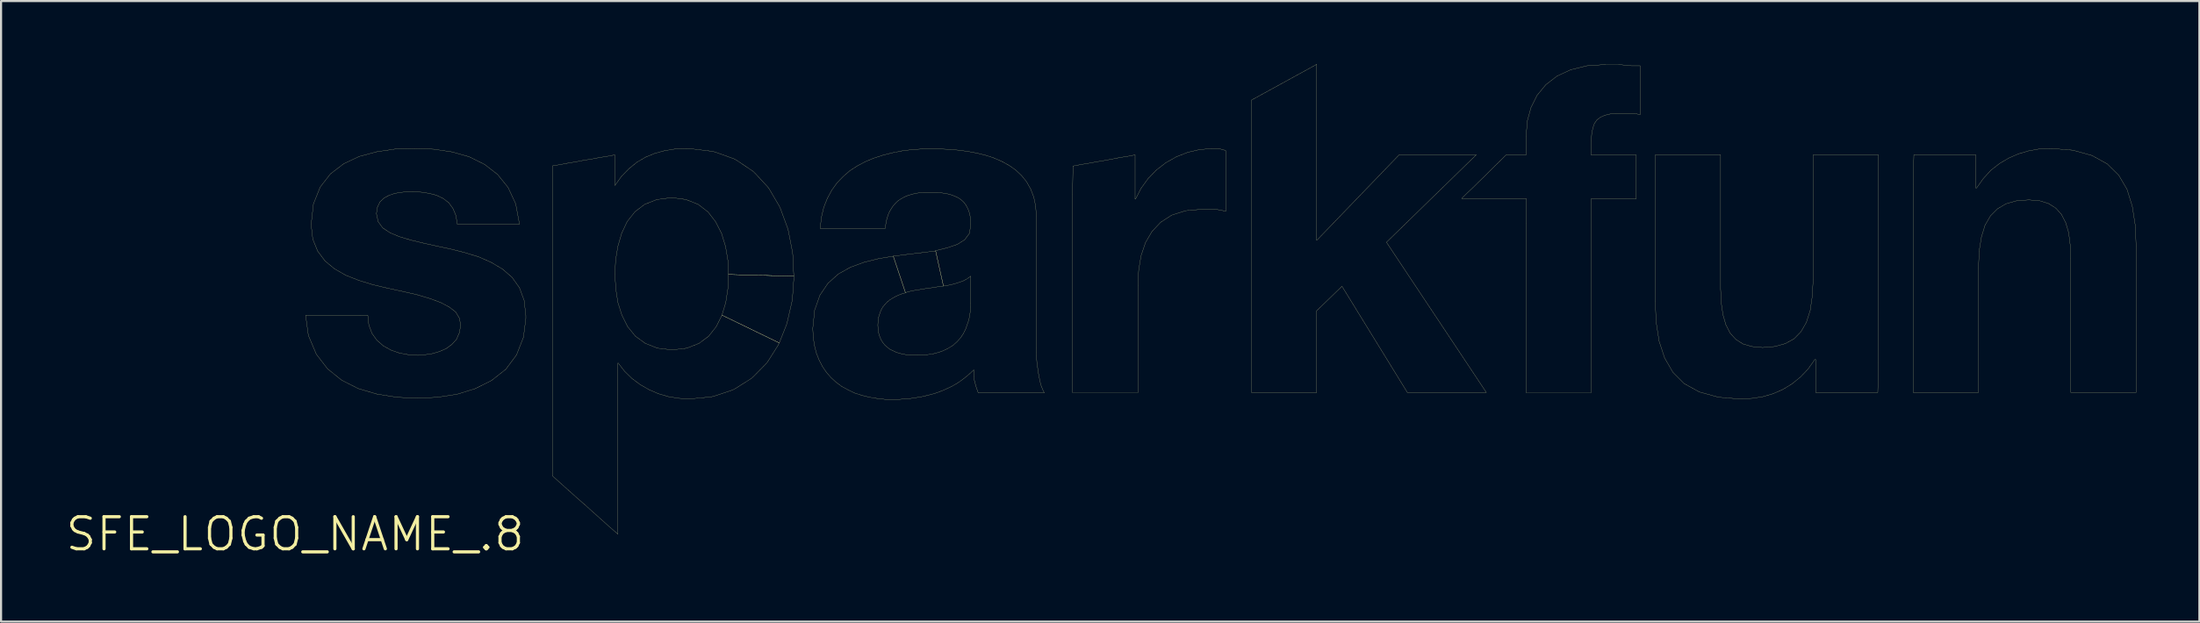
<source format=kicad_pcb>
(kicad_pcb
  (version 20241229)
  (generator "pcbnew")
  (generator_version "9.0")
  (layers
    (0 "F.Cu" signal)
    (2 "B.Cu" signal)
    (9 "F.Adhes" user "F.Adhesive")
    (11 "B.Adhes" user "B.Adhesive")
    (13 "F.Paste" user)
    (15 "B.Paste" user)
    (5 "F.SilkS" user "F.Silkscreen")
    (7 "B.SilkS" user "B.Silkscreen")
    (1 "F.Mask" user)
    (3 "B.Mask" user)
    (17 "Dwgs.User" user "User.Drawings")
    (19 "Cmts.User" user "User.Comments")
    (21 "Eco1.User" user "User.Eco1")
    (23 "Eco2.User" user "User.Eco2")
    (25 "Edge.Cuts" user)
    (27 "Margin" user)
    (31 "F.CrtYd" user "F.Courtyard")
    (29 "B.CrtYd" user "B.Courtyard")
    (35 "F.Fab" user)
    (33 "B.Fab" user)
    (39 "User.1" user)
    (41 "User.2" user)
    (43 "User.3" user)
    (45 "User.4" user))
  (footprint "SFE_LOGO_NAME_.8"
    (layer "F.Cu")
    (at 10.958 22.313)
    (property "Reference" "SFE_LOGO_NAME_.8" (at 0 0 0) (layer "F.SilkS") (effects (font (size 1.524 1.524) (thickness 0.15))))
    (attr exclude_from_pos_files exclude_from_bom)
    (fp_line (start 0.498 -10.389) (end 3.078 -10.389) (stroke (width 0.008) (type solid)) (layer "F.SilkS"))
    (fp_line (start 0.62 -9.5) (end 0.498 -10.389) (stroke (width 0.008) (type solid)) (layer "F.SilkS"))
    (fp_line (start 0.648 -9.388) (end 0.62 -9.5) (stroke (width 0.008) (type solid)) (layer "F.SilkS"))
    (fp_line (start 0.759 -14.699) (end 0.869 -15.679) (stroke (width 0.008) (type solid)) (layer "F.SilkS"))
    (fp_line (start 0.838 -14.008) (end 0.759 -14.699) (stroke (width 0.008) (type solid)) (layer "F.SilkS"))
    (fp_line (start 0.869 -15.679) (end 1.189 -16.48) (stroke (width 0.008) (type solid)) (layer "F.SilkS"))
    (fp_line (start 1.008 -8.539) (end 0.648 -9.388) (stroke (width 0.008) (type solid)) (layer "F.SilkS"))
    (fp_line (start 1.069 -13.439) (end 0.838 -14.008) (stroke (width 0.008) (type solid)) (layer "F.SilkS"))
    (fp_line (start 1.189 -16.48) (end 1.679 -17.109) (stroke (width 0.008) (type solid)) (layer "F.SilkS"))
    (fp_line (start 1.42 -12.969) (end 1.069 -13.439) (stroke (width 0.008) (type solid)) (layer "F.SilkS"))
    (fp_line (start 1.539 -7.849) (end 1.008 -8.539) (stroke (width 0.008) (type solid)) (layer "F.SilkS"))
    (fp_line (start 1.679 -17.109) (end 2.309 -17.59) (stroke (width 0.008) (type solid)) (layer "F.SilkS"))
    (fp_line (start 1.869 -12.598) (end 1.42 -12.969) (stroke (width 0.008) (type solid)) (layer "F.SilkS"))
    (fp_line (start 2.21 -7.308) (end 1.539 -7.849) (stroke (width 0.008) (type solid)) (layer "F.SilkS"))
    (fp_line (start 2.309 -17.59) (end 3.048 -17.937) (stroke (width 0.008) (type solid)) (layer "F.SilkS"))
    (fp_line (start 2.408 -12.289) (end 1.869 -12.598) (stroke (width 0.008) (type solid)) (layer "F.SilkS"))
    (fp_line (start 3 -6.909) (end 2.21 -7.308) (stroke (width 0.008) (type solid)) (layer "F.SilkS"))
    (fp_line (start 3.018 -12.05) (end 2.408 -12.289) (stroke (width 0.008) (type solid)) (layer "F.SilkS"))
    (fp_line (start 3.048 -17.937) (end 3.879 -18.158) (stroke (width 0.008) (type solid)) (layer "F.SilkS"))
    (fp_line (start 3.078 -10.389) (end 3.449 -10.389) (stroke (width 0.008) (type solid)) (layer "F.SilkS"))
    (fp_line (start 3.449 -10.389) (end 3.498 -9.929) (stroke (width 0.008) (type solid)) (layer "F.SilkS"))
    (fp_line (start 3.498 -9.929) (end 3.65 -9.528) (stroke (width 0.008) (type solid)) (layer "F.SilkS"))
    (fp_line (start 3.65 -9.528) (end 3.879 -9.207) (stroke (width 0.008) (type solid)) (layer "F.SilkS"))
    (fp_line (start 3.668 -11.849) (end 3.018 -12.05) (stroke (width 0.008) (type solid)) (layer "F.SilkS"))
    (fp_line (start 3.858 -15.22) (end 3.94 -14.839) (stroke (width 0.008) (type solid)) (layer "F.SilkS"))
    (fp_line (start 3.879 -18.158) (end 4.76 -18.288) (stroke (width 0.008) (type solid)) (layer "F.SilkS"))
    (fp_line (start 3.879 -9.207) (end 4.188 -8.938) (stroke (width 0.008) (type solid)) (layer "F.SilkS"))
    (fp_line (start 3.879 -6.65) (end 3 -6.909) (stroke (width 0.008) (type solid)) (layer "F.SilkS"))
    (fp_line (start 3.909 -15.53) (end 3.858 -15.22) (stroke (width 0.008) (type solid)) (layer "F.SilkS"))
    (fp_line (start 3.94 -14.839) (end 4.158 -14.539) (stroke (width 0.008) (type solid)) (layer "F.SilkS"))
    (fp_line (start 4.028 -15.778) (end 3.909 -15.53) (stroke (width 0.008) (type solid)) (layer "F.SilkS"))
    (fp_line (start 4.158 -14.539) (end 4.508 -14.308) (stroke (width 0.008) (type solid)) (layer "F.SilkS"))
    (fp_line (start 4.188 -8.938) (end 4.549 -8.738) (stroke (width 0.008) (type solid)) (layer "F.SilkS"))
    (fp_line (start 4.219 -15.959) (end 4.028 -15.778) (stroke (width 0.008) (type solid)) (layer "F.SilkS"))
    (fp_line (start 4.338 -11.689) (end 3.668 -11.849) (stroke (width 0.008) (type solid)) (layer "F.SilkS"))
    (fp_line (start 4.458 -16.088) (end 4.219 -15.959) (stroke (width 0.008) (type solid)) (layer "F.SilkS"))
    (fp_line (start 4.508 -14.308) (end 4.958 -14.12) (stroke (width 0.008) (type solid)) (layer "F.SilkS"))
    (fp_line (start 4.549 -8.738) (end 4.948 -8.598) (stroke (width 0.008) (type solid)) (layer "F.SilkS"))
    (fp_line (start 4.729 -16.18) (end 4.458 -16.088) (stroke (width 0.008) (type solid)) (layer "F.SilkS"))
    (fp_line (start 4.76 -18.288) (end 5.669 -18.318) (stroke (width 0.008) (type solid)) (layer "F.SilkS"))
    (fp_line (start 4.829 -6.5) (end 3.879 -6.65) (stroke (width 0.008) (type solid)) (layer "F.SilkS"))
    (fp_line (start 4.948 -8.598) (end 5.38 -8.519) (stroke (width 0.008) (type solid)) (layer "F.SilkS"))
    (fp_line (start 4.958 -14.12) (end 5.499 -13.96) (stroke (width 0.008) (type solid)) (layer "F.SilkS"))
    (fp_line (start 5.019 -16.228) (end 4.729 -16.18) (stroke (width 0.008) (type solid)) (layer "F.SilkS"))
    (fp_line (start 5.128 -11.519) (end 4.338 -11.689) (stroke (width 0.008) (type solid)) (layer "F.SilkS"))
    (fp_line (start 5.309 -16.259) (end 5.019 -16.228) (stroke (width 0.008) (type solid)) (layer "F.SilkS"))
    (fp_line (start 5.38 -8.519) (end 5.829 -8.489) (stroke (width 0.008) (type solid)) (layer "F.SilkS"))
    (fp_line (start 5.499 -13.96) (end 6.088 -13.818) (stroke (width 0.008) (type solid)) (layer "F.SilkS"))
    (fp_line (start 5.588 -16.259) (end 5.309 -16.259) (stroke (width 0.008) (type solid)) (layer "F.SilkS"))
    (fp_line (start 5.669 -18.318) (end 6.579 -18.278) (stroke (width 0.008) (type solid)) (layer "F.SilkS"))
    (fp_line (start 5.799 -6.449) (end 4.829 -6.5) (stroke (width 0.008) (type solid)) (layer "F.SilkS"))
    (fp_line (start 5.819 -11.359) (end 5.128 -11.519) (stroke (width 0.008) (type solid)) (layer "F.SilkS"))
    (fp_line (start 5.829 -8.489) (end 6.16 -8.519) (stroke (width 0.008) (type solid)) (layer "F.SilkS"))
    (fp_line (start 5.989 -16.238) (end 5.588 -16.259) (stroke (width 0.008) (type solid)) (layer "F.SilkS"))
    (fp_line (start 6.088 -13.818) (end 6.718 -13.678) (stroke (width 0.008) (type solid)) (layer "F.SilkS"))
    (fp_line (start 6.16 -8.519) (end 6.507 -8.57) (stroke (width 0.008) (type solid)) (layer "F.SilkS"))
    (fp_line (start 6.368 -16.18) (end 5.989 -16.238) (stroke (width 0.008) (type solid)) (layer "F.SilkS"))
    (fp_line (start 6.419 -11.179) (end 5.819 -11.359) (stroke (width 0.008) (type solid)) (layer "F.SilkS"))
    (fp_line (start 6.507 -8.57) (end 6.848 -8.669) (stroke (width 0.008) (type solid)) (layer "F.SilkS"))
    (fp_line (start 6.579 -18.278) (end 7.45 -18.148) (stroke (width 0.008) (type solid)) (layer "F.SilkS"))
    (fp_line (start 6.718 -16.088) (end 6.368 -16.18) (stroke (width 0.008) (type solid)) (layer "F.SilkS"))
    (fp_line (start 6.718 -13.678) (end 7.379 -13.538) (stroke (width 0.008) (type solid)) (layer "F.SilkS"))
    (fp_line (start 6.759 -6.5) (end 5.799 -6.449) (stroke (width 0.008) (type solid)) (layer "F.SilkS"))
    (fp_line (start 6.848 -8.669) (end 7.168 -8.809) (stroke (width 0.008) (type solid)) (layer "F.SilkS"))
    (fp_line (start 6.929 -10.988) (end 6.419 -11.179) (stroke (width 0.008) (type solid)) (layer "F.SilkS"))
    (fp_line (start 7.028 -15.938) (end 6.718 -16.088) (stroke (width 0.008) (type solid)) (layer "F.SilkS"))
    (fp_line (start 7.168 -8.809) (end 7.44 -9.009) (stroke (width 0.008) (type solid)) (layer "F.SilkS"))
    (fp_line (start 7.29 -15.738) (end 7.028 -15.938) (stroke (width 0.008) (type solid)) (layer "F.SilkS"))
    (fp_line (start 7.318 -10.78) (end 6.929 -10.988) (stroke (width 0.008) (type solid)) (layer "F.SilkS"))
    (fp_line (start 7.379 -13.538) (end 8.049 -13.368) (stroke (width 0.008) (type solid)) (layer "F.SilkS"))
    (fp_line (start 7.44 -9.009) (end 7.658 -9.248) (stroke (width 0.008) (type solid)) (layer "F.SilkS"))
    (fp_line (start 7.45 -18.148) (end 8.258 -17.92) (stroke (width 0.008) (type solid)) (layer "F.SilkS"))
    (fp_line (start 7.488 -15.469) (end 7.29 -15.738) (stroke (width 0.008) (type solid)) (layer "F.SilkS"))
    (fp_line (start 7.62 -10.549) (end 7.318 -10.78) (stroke (width 0.008) (type solid)) (layer "F.SilkS"))
    (fp_line (start 7.628 -15.138) (end 7.488 -15.469) (stroke (width 0.008) (type solid)) (layer "F.SilkS"))
    (fp_line (start 7.658 -9.248) (end 7.798 -9.568) (stroke (width 0.008) (type solid)) (layer "F.SilkS"))
    (fp_line (start 7.678 -6.64) (end 6.759 -6.5) (stroke (width 0.008) (type solid)) (layer "F.SilkS"))
    (fp_line (start 7.699 -14.719) (end 7.628 -15.138) (stroke (width 0.008) (type solid)) (layer "F.SilkS"))
    (fp_line (start 7.788 -10.269) (end 7.62 -10.549) (stroke (width 0.008) (type solid)) (layer "F.SilkS"))
    (fp_line (start 7.798 -9.568) (end 7.859 -9.939) (stroke (width 0.008) (type solid)) (layer "F.SilkS"))
    (fp_line (start 7.859 -9.939) (end 7.788 -10.269) (stroke (width 0.008) (type solid)) (layer "F.SilkS"))
    (fp_line (start 8.049 -13.368) (end 8.7 -13.17) (stroke (width 0.008) (type solid)) (layer "F.SilkS"))
    (fp_line (start 8.258 -17.92) (end 8.989 -17.559) (stroke (width 0.008) (type solid)) (layer "F.SilkS"))
    (fp_line (start 8.55 -6.909) (end 7.678 -6.64) (stroke (width 0.008) (type solid)) (layer "F.SilkS"))
    (fp_line (start 8.7 -13.17) (end 9.299 -12.908) (stroke (width 0.008) (type solid)) (layer "F.SilkS"))
    (fp_line (start 8.989 -17.559) (end 9.609 -17.079) (stroke (width 0.008) (type solid)) (layer "F.SilkS"))
    (fp_line (start 9.299 -12.908) (end 9.84 -12.588) (stroke (width 0.008) (type solid)) (layer "F.SilkS"))
    (fp_line (start 9.329 -7.3) (end 8.55 -6.909) (stroke (width 0.008) (type solid)) (layer "F.SilkS"))
    (fp_line (start 9.609 -17.079) (end 10.109 -16.459) (stroke (width 0.008) (type solid)) (layer "F.SilkS"))
    (fp_line (start 9.84 -12.588) (end 10.3 -12.189) (stroke (width 0.008) (type solid)) (layer "F.SilkS"))
    (fp_line (start 10 -7.828) (end 9.329 -7.3) (stroke (width 0.008) (type solid)) (layer "F.SilkS"))
    (fp_line (start 10.109 -16.459) (end 10.47 -15.679) (stroke (width 0.008) (type solid)) (layer "F.SilkS"))
    (fp_line (start 10.3 -12.189) (end 10.648 -11.699) (stroke (width 0.008) (type solid)) (layer "F.SilkS"))
    (fp_line (start 10.47 -15.679) (end 10.648 -14.719) (stroke (width 0.008) (type solid)) (layer "F.SilkS"))
    (fp_line (start 10.508 -8.509) (end 10 -7.828) (stroke (width 0.008) (type solid)) (layer "F.SilkS"))
    (fp_line (start 10.648 -14.719) (end 7.699 -14.719) (stroke (width 0.008) (type solid)) (layer "F.SilkS"))
    (fp_line (start 10.648 -11.699) (end 10.869 -11.1) (stroke (width 0.008) (type solid)) (layer "F.SilkS"))
    (fp_line (start 10.838 -9.35) (end 10.508 -8.509) (stroke (width 0.008) (type solid)) (layer "F.SilkS"))
    (fp_line (start 10.869 -11.1) (end 10.95 -10.378) (stroke (width 0.008) (type solid)) (layer "F.SilkS"))
    (fp_line (start 10.95 -10.378) (end 10.95 -10.239) (stroke (width 0.008) (type solid)) (layer "F.SilkS"))
    (fp_line (start 10.95 -10.239) (end 10.838 -9.35) (stroke (width 0.008) (type solid)) (layer "F.SilkS"))
    (fp_line (start 12.22 -17.488) (end 12.588 -17.549) (stroke (width 0.008) (type solid)) (layer "F.SilkS"))
    (fp_line (start 12.22 -2.758) (end 12.22 -17.488) (stroke (width 0.008) (type solid)) (layer "F.SilkS"))
    (fp_line (start 12.588 -17.549) (end 12.959 -17.62) (stroke (width 0.008) (type solid)) (layer "F.SilkS"))
    (fp_line (start 12.609 -2.408) (end 12.22 -2.758) (stroke (width 0.008) (type solid)) (layer "F.SilkS"))
    (fp_line (start 12.959 -17.62) (end 13.32 -17.678) (stroke (width 0.008) (type solid)) (layer "F.SilkS"))
    (fp_line (start 12.99 -2.068) (end 12.609 -2.408) (stroke (width 0.008) (type solid)) (layer "F.SilkS"))
    (fp_line (start 13.32 -17.678) (end 13.688 -17.75) (stroke (width 0.008) (type solid)) (layer "F.SilkS"))
    (fp_line (start 13.378 -1.72) (end 12.99 -2.068) (stroke (width 0.008) (type solid)) (layer "F.SilkS"))
    (fp_line (start 13.688 -17.75) (end 14.059 -17.808) (stroke (width 0.008) (type solid)) (layer "F.SilkS"))
    (fp_line (start 13.769 -1.379) (end 13.378 -1.72) (stroke (width 0.008) (type solid)) (layer "F.SilkS"))
    (fp_line (start 14.059 -17.808) (end 14.43 -17.879) (stroke (width 0.008) (type solid)) (layer "F.SilkS"))
    (fp_line (start 14.158 -1.029) (end 13.769 -1.379) (stroke (width 0.008) (type solid)) (layer "F.SilkS"))
    (fp_line (start 14.43 -17.879) (end 14.798 -17.937) (stroke (width 0.008) (type solid)) (layer "F.SilkS"))
    (fp_line (start 14.539 -0.688) (end 14.158 -1.029) (stroke (width 0.008) (type solid)) (layer "F.SilkS"))
    (fp_line (start 14.798 -17.937) (end 15.169 -18.009) (stroke (width 0.008) (type solid)) (layer "F.SilkS"))
    (fp_line (start 14.928 -0.338) (end 14.539 -0.688) (stroke (width 0.008) (type solid)) (layer "F.SilkS"))
    (fp_line (start 15.169 -18.009) (end 15.169 -16.568) (stroke (width 0.008) (type solid)) (layer "F.SilkS"))
    (fp_line (start 15.169 -16.568) (end 15.189 -16.568) (stroke (width 0.008) (type solid)) (layer "F.SilkS"))
    (fp_line (start 15.179 -12.329) (end 15.22 -11.648) (stroke (width 0.008) (type solid)) (layer "F.SilkS"))
    (fp_line (start 15.189 -16.568) (end 15.489 -16.988) (stroke (width 0.008) (type solid)) (layer "F.SilkS"))
    (fp_line (start 15.21 -13.01) (end 15.179 -12.329) (stroke (width 0.008) (type solid)) (layer "F.SilkS"))
    (fp_line (start 15.22 -11.648) (end 15.319 -10.998) (stroke (width 0.008) (type solid)) (layer "F.SilkS"))
    (fp_line (start 15.319 -13.668) (end 15.21 -13.01) (stroke (width 0.008) (type solid)) (layer "F.SilkS"))
    (fp_line (start 15.319 -10.998) (end 15.509 -10.399) (stroke (width 0.008) (type solid)) (layer "F.SilkS"))
    (fp_line (start 15.319 -8.118) (end 15.319 0) (stroke (width 0.008) (type solid)) (layer "F.SilkS"))
    (fp_line (start 15.319 0) (end 14.928 -0.338) (stroke (width 0.008) (type solid)) (layer "F.SilkS"))
    (fp_line (start 15.339 -8.118) (end 15.319 -8.118) (stroke (width 0.008) (type solid)) (layer "F.SilkS"))
    (fp_line (start 15.489 -16.988) (end 15.839 -17.348) (stroke (width 0.008) (type solid)) (layer "F.SilkS"))
    (fp_line (start 15.499 -14.287) (end 15.319 -13.668) (stroke (width 0.008) (type solid)) (layer "F.SilkS"))
    (fp_line (start 15.509 -10.399) (end 15.778 -9.858) (stroke (width 0.008) (type solid)) (layer "F.SilkS"))
    (fp_line (start 15.639 -7.729) (end 15.339 -8.118) (stroke (width 0.008) (type solid)) (layer "F.SilkS"))
    (fp_line (start 15.758 -14.839) (end 15.499 -14.287) (stroke (width 0.008) (type solid)) (layer "F.SilkS"))
    (fp_line (start 15.778 -9.858) (end 16.149 -9.398) (stroke (width 0.008) (type solid)) (layer "F.SilkS"))
    (fp_line (start 15.839 -17.348) (end 16.218 -17.658) (stroke (width 0.008) (type solid)) (layer "F.SilkS"))
    (fp_line (start 15.989 -7.389) (end 15.639 -7.729) (stroke (width 0.008) (type solid)) (layer "F.SilkS"))
    (fp_line (start 16.129 -15.309) (end 15.758 -14.839) (stroke (width 0.008) (type solid)) (layer "F.SilkS"))
    (fp_line (start 16.149 -9.398) (end 16.619 -9.058) (stroke (width 0.008) (type solid)) (layer "F.SilkS"))
    (fp_line (start 16.218 -17.658) (end 16.629 -17.899) (stroke (width 0.008) (type solid)) (layer "F.SilkS"))
    (fp_line (start 16.378 -7.099) (end 15.989 -7.389) (stroke (width 0.008) (type solid)) (layer "F.SilkS"))
    (fp_line (start 16.589 -15.659) (end 16.129 -15.309) (stroke (width 0.008) (type solid)) (layer "F.SilkS"))
    (fp_line (start 16.619 -9.058) (end 17.198 -8.829) (stroke (width 0.008) (type solid)) (layer "F.SilkS"))
    (fp_line (start 16.629 -17.899) (end 17.069 -18.08) (stroke (width 0.008) (type solid)) (layer "F.SilkS"))
    (fp_line (start 16.8 -6.858) (end 16.378 -7.099) (stroke (width 0.008) (type solid)) (layer "F.SilkS"))
    (fp_line (start 17.069 -18.08) (end 17.539 -18.209) (stroke (width 0.008) (type solid)) (layer "F.SilkS"))
    (fp_line (start 17.168 -15.888) (end 16.589 -15.659) (stroke (width 0.008) (type solid)) (layer "F.SilkS"))
    (fp_line (start 17.198 -8.829) (end 17.889 -8.748) (stroke (width 0.008) (type solid)) (layer "F.SilkS"))
    (fp_line (start 17.239 -6.668) (end 16.8 -6.858) (stroke (width 0.008) (type solid)) (layer "F.SilkS"))
    (fp_line (start 17.539 -18.209) (end 18.029 -18.288) (stroke (width 0.008) (type solid)) (layer "F.SilkS"))
    (fp_line (start 17.719 -6.528) (end 17.239 -6.668) (stroke (width 0.008) (type solid)) (layer "F.SilkS"))
    (fp_line (start 17.869 -15.979) (end 17.168 -15.888) (stroke (width 0.008) (type solid)) (layer "F.SilkS"))
    (fp_line (start 17.889 -8.748) (end 18.588 -8.829) (stroke (width 0.008) (type solid)) (layer "F.SilkS"))
    (fp_line (start 18.029 -18.288) (end 18.55 -18.308) (stroke (width 0.008) (type solid)) (layer "F.SilkS"))
    (fp_line (start 18.209 -6.449) (end 17.719 -6.528) (stroke (width 0.008) (type solid)) (layer "F.SilkS"))
    (fp_line (start 18.55 -18.308) (end 18.71 -18.308) (stroke (width 0.008) (type solid)) (layer "F.SilkS"))
    (fp_line (start 18.55 -15.888) (end 17.869 -15.979) (stroke (width 0.008) (type solid)) (layer "F.SilkS"))
    (fp_line (start 18.588 -8.829) (end 19.169 -9.058) (stroke (width 0.008) (type solid)) (layer "F.SilkS"))
    (fp_line (start 18.71 -18.308) (end 19.779 -18.179) (stroke (width 0.008) (type solid)) (layer "F.SilkS"))
    (fp_line (start 18.72 -6.419) (end 18.209 -6.449) (stroke (width 0.008) (type solid)) (layer "F.SilkS"))
    (fp_line (start 19.129 -15.659) (end 18.55 -15.888) (stroke (width 0.008) (type solid)) (layer "F.SilkS"))
    (fp_line (start 19.169 -9.058) (end 19.629 -9.398) (stroke (width 0.008) (type solid)) (layer "F.SilkS"))
    (fp_line (start 19.599 -15.298) (end 19.129 -15.659) (stroke (width 0.008) (type solid)) (layer "F.SilkS"))
    (fp_line (start 19.629 -9.398) (end 19.99 -9.858) (stroke (width 0.008) (type solid)) (layer "F.SilkS"))
    (fp_line (start 19.748 -6.518) (end 18.72 -6.419) (stroke (width 0.008) (type solid)) (layer "F.SilkS"))
    (fp_line (start 19.779 -18.179) (end 19.919 -18.148) (stroke (width 0.008) (type solid)) (layer "F.SilkS"))
    (fp_line (start 19.878 -6.548) (end 19.748 -6.518) (stroke (width 0.008) (type solid)) (layer "F.SilkS"))
    (fp_line (start 19.919 -18.148) (end 20.838 -17.818) (stroke (width 0.008) (type solid)) (layer "F.SilkS"))
    (fp_line (start 19.959 -14.829) (end 19.599 -15.298) (stroke (width 0.008) (type solid)) (layer "F.SilkS"))
    (fp_line (start 19.99 -9.858) (end 20.259 -10.399) (stroke (width 0.008) (type solid)) (layer "F.SilkS"))
    (fp_line (start 20.239 -14.28) (end 19.959 -14.829) (stroke (width 0.008) (type solid)) (layer "F.SilkS"))
    (fp_line (start 20.259 -10.399) (end 20.439 -10.998) (stroke (width 0.008) (type solid)) (layer "F.SilkS"))
    (fp_line (start 20.259 -10.399) (end 22.979 -9.078) (stroke (width 0.008) (type solid)) (layer "F.SilkS"))
    (fp_line (start 20.429 -13.658) (end 20.239 -14.28) (stroke (width 0.008) (type solid)) (layer "F.SilkS"))
    (fp_line (start 20.439 -10.998) (end 20.538 -11.648) (stroke (width 0.008) (type solid)) (layer "F.SilkS"))
    (fp_line (start 20.538 -13.01) (end 20.429 -13.658) (stroke (width 0.008) (type solid)) (layer "F.SilkS"))
    (fp_line (start 20.538 -11.648) (end 20.569 -12.329) (stroke (width 0.008) (type solid)) (layer "F.SilkS"))
    (fp_line (start 20.569 -12.329) (end 20.538 -13.01) (stroke (width 0.008) (type solid)) (layer "F.SilkS"))
    (fp_line (start 20.569 -12.329) (end 23.668 -12.248) (stroke (width 0.008) (type solid)) (layer "F.SilkS"))
    (fp_line (start 20.77 -6.848) (end 19.878 -6.548) (stroke (width 0.008) (type solid)) (layer "F.SilkS"))
    (fp_line (start 20.838 -17.818) (end 20.958 -17.75) (stroke (width 0.008) (type solid)) (layer "F.SilkS"))
    (fp_line (start 20.889 -6.909) (end 20.77 -6.848) (stroke (width 0.008) (type solid)) (layer "F.SilkS"))
    (fp_line (start 20.958 -17.75) (end 21.72 -17.239) (stroke (width 0.008) (type solid)) (layer "F.SilkS"))
    (fp_line (start 21.648 -7.389) (end 20.889 -6.909) (stroke (width 0.008) (type solid)) (layer "F.SilkS"))
    (fp_line (start 21.72 -17.239) (end 21.819 -17.148) (stroke (width 0.008) (type solid)) (layer "F.SilkS"))
    (fp_line (start 21.74 -7.468) (end 21.648 -7.389) (stroke (width 0.008) (type solid)) (layer "F.SilkS"))
    (fp_line (start 21.819 -17.148) (end 22.438 -16.48) (stroke (width 0.008) (type solid)) (layer "F.SilkS"))
    (fp_line (start 22.36 -8.098) (end 21.74 -7.468) (stroke (width 0.008) (type solid)) (layer "F.SilkS"))
    (fp_line (start 22.438 -16.48) (end 22.509 -16.378) (stroke (width 0.008) (type solid)) (layer "F.SilkS"))
    (fp_line (start 22.438 -8.199) (end 22.36 -8.098) (stroke (width 0.008) (type solid)) (layer "F.SilkS"))
    (fp_line (start 22.509 -16.378) (end 22.979 -15.578) (stroke (width 0.008) (type solid)) (layer "F.SilkS"))
    (fp_line (start 22.918 -8.959) (end 22.438 -8.199) (stroke (width 0.008) (type solid)) (layer "F.SilkS"))
    (fp_line (start 22.979 -15.578) (end 23.038 -15.448) (stroke (width 0.008) (type solid)) (layer "F.SilkS"))
    (fp_line (start 22.979 -9.078) (end 20.259 -10.399) (stroke (width 0.008) (type solid)) (layer "F.SilkS"))
    (fp_line (start 22.979 -9.078) (end 22.918 -8.959) (stroke (width 0.008) (type solid)) (layer "F.SilkS"))
    (fp_line (start 23.038 -15.448) (end 23.368 -14.549) (stroke (width 0.008) (type solid)) (layer "F.SilkS"))
    (fp_line (start 23.32 -9.939) (end 22.979 -9.078) (stroke (width 0.008) (type solid)) (layer "F.SilkS"))
    (fp_line (start 23.358 -10.069) (end 23.32 -9.939) (stroke (width 0.008) (type solid)) (layer "F.SilkS"))
    (fp_line (start 23.368 -14.549) (end 23.409 -14.409) (stroke (width 0.008) (type solid)) (layer "F.SilkS"))
    (fp_line (start 23.409 -14.409) (end 23.599 -13.429) (stroke (width 0.008) (type solid)) (layer "F.SilkS"))
    (fp_line (start 23.569 -10.988) (end 23.358 -10.069) (stroke (width 0.008) (type solid)) (layer "F.SilkS"))
    (fp_line (start 23.599 -13.429) (end 23.619 -13.279) (stroke (width 0.008) (type solid)) (layer "F.SilkS"))
    (fp_line (start 23.599 -11.128) (end 23.569 -10.988) (stroke (width 0.008) (type solid)) (layer "F.SilkS"))
    (fp_line (start 23.619 -13.279) (end 23.668 -12.248) (stroke (width 0.008) (type solid)) (layer "F.SilkS"))
    (fp_line (start 23.668 -12.248) (end 20.569 -12.329) (stroke (width 0.008) (type solid)) (layer "F.SilkS"))
    (fp_line (start 23.668 -12.248) (end 23.668 -12.108) (stroke (width 0.008) (type solid)) (layer "F.SilkS"))
    (fp_line (start 23.668 -12.108) (end 23.599 -11.128) (stroke (width 0.008) (type solid)) (layer "F.SilkS"))
    (fp_line (start 24.569 -9.769) (end 24.658 -10.638) (stroke (width 0.008) (type solid)) (layer "F.SilkS"))
    (fp_line (start 24.59 -9.35) (end 24.569 -9.769) (stroke (width 0.008) (type solid)) (layer "F.SilkS"))
    (fp_line (start 24.648 -8.959) (end 24.59 -9.35) (stroke (width 0.008) (type solid)) (layer "F.SilkS"))
    (fp_line (start 24.658 -10.638) (end 24.91 -11.349) (stroke (width 0.008) (type solid)) (layer "F.SilkS"))
    (fp_line (start 24.74 -8.598) (end 24.648 -8.959) (stroke (width 0.008) (type solid)) (layer "F.SilkS"))
    (fp_line (start 24.869 -8.268) (end 24.74 -8.598) (stroke (width 0.008) (type solid)) (layer "F.SilkS"))
    (fp_line (start 24.91 -11.349) (end 25.288 -11.908) (stroke (width 0.008) (type solid)) (layer "F.SilkS"))
    (fp_line (start 24.92 -14.519) (end 24.978 -15.039) (stroke (width 0.008) (type solid)) (layer "F.SilkS"))
    (fp_line (start 24.978 -15.039) (end 25.088 -15.509) (stroke (width 0.008) (type solid)) (layer "F.SilkS"))
    (fp_line (start 25.029 -7.958) (end 24.869 -8.268) (stroke (width 0.008) (type solid)) (layer "F.SilkS"))
    (fp_line (start 25.088 -15.509) (end 25.258 -15.938) (stroke (width 0.008) (type solid)) (layer "F.SilkS"))
    (fp_line (start 25.22 -7.678) (end 25.029 -7.958) (stroke (width 0.008) (type solid)) (layer "F.SilkS"))
    (fp_line (start 25.258 -15.938) (end 25.469 -16.33) (stroke (width 0.008) (type solid)) (layer "F.SilkS"))
    (fp_line (start 25.288 -11.908) (end 25.778 -12.349) (stroke (width 0.008) (type solid)) (layer "F.SilkS"))
    (fp_line (start 25.438 -7.429) (end 25.22 -7.678) (stroke (width 0.008) (type solid)) (layer "F.SilkS"))
    (fp_line (start 25.469 -16.33) (end 25.718 -16.678) (stroke (width 0.008) (type solid)) (layer "F.SilkS"))
    (fp_line (start 25.679 -7.209) (end 25.438 -7.429) (stroke (width 0.008) (type solid)) (layer "F.SilkS"))
    (fp_line (start 25.718 -16.678) (end 26.01 -16.98) (stroke (width 0.008) (type solid)) (layer "F.SilkS"))
    (fp_line (start 25.778 -12.349) (end 26.35 -12.67) (stroke (width 0.008) (type solid)) (layer "F.SilkS"))
    (fp_line (start 25.949 -7.008) (end 25.679 -7.209) (stroke (width 0.008) (type solid)) (layer "F.SilkS"))
    (fp_line (start 26.01 -16.98) (end 26.33 -17.259) (stroke (width 0.008) (type solid)) (layer "F.SilkS"))
    (fp_line (start 26.248 -6.848) (end 25.949 -7.008) (stroke (width 0.008) (type solid)) (layer "F.SilkS"))
    (fp_line (start 26.33 -17.259) (end 26.688 -17.488) (stroke (width 0.008) (type solid)) (layer "F.SilkS"))
    (fp_line (start 26.35 -12.67) (end 26.998 -12.908) (stroke (width 0.008) (type solid)) (layer "F.SilkS"))
    (fp_line (start 26.558 -6.698) (end 26.248 -6.848) (stroke (width 0.008) (type solid)) (layer "F.SilkS"))
    (fp_line (start 26.688 -17.488) (end 27.069 -17.689) (stroke (width 0.008) (type solid)) (layer "F.SilkS"))
    (fp_line (start 26.899 -6.589) (end 26.558 -6.698) (stroke (width 0.008) (type solid)) (layer "F.SilkS"))
    (fp_line (start 26.998 -12.908) (end 27.678 -13.078) (stroke (width 0.008) (type solid)) (layer "F.SilkS"))
    (fp_line (start 27.069 -17.689) (end 27.478 -17.859) (stroke (width 0.008) (type solid)) (layer "F.SilkS"))
    (fp_line (start 27.259 -6.5) (end 26.899 -6.589) (stroke (width 0.008) (type solid)) (layer "F.SilkS"))
    (fp_line (start 27.478 -17.859) (end 27.91 -17.998) (stroke (width 0.008) (type solid)) (layer "F.SilkS"))
    (fp_line (start 27.628 -6.439) (end 27.259 -6.5) (stroke (width 0.008) (type solid)) (layer "F.SilkS"))
    (fp_line (start 27.658 -9.929) (end 27.668 -9.718) (stroke (width 0.008) (type solid)) (layer "F.SilkS"))
    (fp_line (start 27.668 -10.13) (end 27.658 -9.929) (stroke (width 0.008) (type solid)) (layer "F.SilkS"))
    (fp_line (start 27.668 -9.718) (end 27.699 -9.538) (stroke (width 0.008) (type solid)) (layer "F.SilkS"))
    (fp_line (start 27.678 -13.078) (end 28.39 -13.198) (stroke (width 0.008) (type solid)) (layer "F.SilkS"))
    (fp_line (start 27.699 -10.317) (end 27.668 -10.13) (stroke (width 0.008) (type solid)) (layer "F.SilkS"))
    (fp_line (start 27.699 -9.538) (end 27.75 -9.368) (stroke (width 0.008) (type solid)) (layer "F.SilkS"))
    (fp_line (start 27.75 -10.477) (end 27.699 -10.317) (stroke (width 0.008) (type solid)) (layer "F.SilkS"))
    (fp_line (start 27.75 -9.368) (end 27.818 -9.218) (stroke (width 0.008) (type solid)) (layer "F.SilkS"))
    (fp_line (start 27.808 -10.638) (end 27.75 -10.477) (stroke (width 0.008) (type solid)) (layer "F.SilkS"))
    (fp_line (start 27.818 -9.218) (end 27.899 -9.088) (stroke (width 0.008) (type solid)) (layer "F.SilkS"))
    (fp_line (start 27.889 -10.78) (end 27.808 -10.638) (stroke (width 0.008) (type solid)) (layer "F.SilkS"))
    (fp_line (start 27.899 -9.088) (end 27.998 -8.969) (stroke (width 0.008) (type solid)) (layer "F.SilkS"))
    (fp_line (start 27.91 -17.998) (end 28.349 -18.108) (stroke (width 0.008) (type solid)) (layer "F.SilkS"))
    (fp_line (start 27.988 -10.899) (end 27.889 -10.78) (stroke (width 0.008) (type solid)) (layer "F.SilkS"))
    (fp_line (start 27.998 -8.969) (end 28.108 -8.87) (stroke (width 0.008) (type solid)) (layer "F.SilkS"))
    (fp_line (start 28.009 -14.519) (end 24.92 -14.519) (stroke (width 0.008) (type solid)) (layer "F.SilkS"))
    (fp_line (start 28.009 -6.398) (end 27.628 -6.439) (stroke (width 0.008) (type solid)) (layer "F.SilkS"))
    (fp_line (start 28.039 -14.75) (end 28.009 -14.519) (stroke (width 0.008) (type solid)) (layer "F.SilkS"))
    (fp_line (start 28.08 -14.948) (end 28.039 -14.75) (stroke (width 0.008) (type solid)) (layer "F.SilkS"))
    (fp_line (start 28.097 -11.019) (end 27.988 -10.899) (stroke (width 0.008) (type solid)) (layer "F.SilkS"))
    (fp_line (start 28.108 -8.87) (end 28.23 -8.778) (stroke (width 0.008) (type solid)) (layer "F.SilkS"))
    (fp_line (start 28.138 -15.138) (end 28.08 -14.948) (stroke (width 0.008) (type solid)) (layer "F.SilkS"))
    (fp_line (start 28.209 -15.309) (end 28.138 -15.138) (stroke (width 0.008) (type solid)) (layer "F.SilkS"))
    (fp_line (start 28.219 -11.118) (end 28.097 -11.019) (stroke (width 0.008) (type solid)) (layer "F.SilkS"))
    (fp_line (start 28.23 -8.778) (end 28.369 -8.71) (stroke (width 0.008) (type solid)) (layer "F.SilkS"))
    (fp_line (start 28.298 -15.458) (end 28.209 -15.309) (stroke (width 0.008) (type solid)) (layer "F.SilkS"))
    (fp_line (start 28.349 -18.108) (end 28.809 -18.199) (stroke (width 0.008) (type solid)) (layer "F.SilkS"))
    (fp_line (start 28.349 -11.199) (end 28.219 -11.118) (stroke (width 0.008) (type solid)) (layer "F.SilkS"))
    (fp_line (start 28.369 -8.71) (end 28.519 -8.639) (stroke (width 0.008) (type solid)) (layer "F.SilkS"))
    (fp_line (start 28.39 -15.598) (end 28.298 -15.458) (stroke (width 0.008) (type solid)) (layer "F.SilkS"))
    (fp_line (start 28.39 -13.198) (end 28.969 -11.458) (stroke (width 0.008) (type solid)) (layer "F.SilkS"))
    (fp_line (start 28.39 -13.198) (end 29.088 -13.289) (stroke (width 0.008) (type solid)) (layer "F.SilkS"))
    (fp_line (start 28.489 -11.278) (end 28.349 -11.199) (stroke (width 0.008) (type solid)) (layer "F.SilkS"))
    (fp_line (start 28.509 -15.728) (end 28.39 -15.598) (stroke (width 0.008) (type solid)) (layer "F.SilkS"))
    (fp_line (start 28.519 -8.639) (end 28.679 -8.588) (stroke (width 0.008) (type solid)) (layer "F.SilkS"))
    (fp_line (start 28.628 -15.839) (end 28.509 -15.728) (stroke (width 0.008) (type solid)) (layer "F.SilkS"))
    (fp_line (start 28.639 -11.349) (end 28.489 -11.278) (stroke (width 0.008) (type solid)) (layer "F.SilkS"))
    (fp_line (start 28.669 -6.398) (end 28.009 -6.398) (stroke (width 0.008) (type solid)) (layer "F.SilkS"))
    (fp_line (start 28.679 -8.588) (end 28.839 -8.55) (stroke (width 0.008) (type solid)) (layer "F.SilkS"))
    (fp_line (start 28.768 -15.928) (end 28.628 -15.839) (stroke (width 0.008) (type solid)) (layer "F.SilkS"))
    (fp_line (start 28.799 -11.41) (end 28.639 -11.349) (stroke (width 0.008) (type solid)) (layer "F.SilkS"))
    (fp_line (start 28.809 -18.199) (end 29.279 -18.258) (stroke (width 0.008) (type solid)) (layer "F.SilkS"))
    (fp_line (start 28.839 -8.55) (end 29.009 -8.519) (stroke (width 0.008) (type solid)) (layer "F.SilkS"))
    (fp_line (start 28.918 -16.01) (end 28.768 -15.928) (stroke (width 0.008) (type solid)) (layer "F.SilkS"))
    (fp_line (start 28.938 -6.419) (end 28.669 -6.398) (stroke (width 0.008) (type solid)) (layer "F.SilkS"))
    (fp_line (start 28.969 -11.468) (end 28.39 -13.198) (stroke (width 0.008) (type solid)) (layer "F.SilkS"))
    (fp_line (start 28.969 -11.458) (end 28.799 -11.41) (stroke (width 0.008) (type solid)) (layer "F.SilkS"))
    (fp_line (start 29.009 -8.519) (end 29.19 -8.499) (stroke (width 0.008) (type solid)) (layer "F.SilkS"))
    (fp_line (start 29.078 -16.078) (end 28.918 -16.01) (stroke (width 0.008) (type solid)) (layer "F.SilkS"))
    (fp_line (start 29.088 -13.289) (end 29.769 -13.368) (stroke (width 0.008) (type solid)) (layer "F.SilkS"))
    (fp_line (start 29.139 -11.519) (end 28.969 -11.468) (stroke (width 0.008) (type solid)) (layer "F.SilkS"))
    (fp_line (start 29.19 -8.499) (end 29.558 -8.499) (stroke (width 0.008) (type solid)) (layer "F.SilkS"))
    (fp_line (start 29.2 -6.439) (end 28.938 -6.419) (stroke (width 0.008) (type solid)) (layer "F.SilkS"))
    (fp_line (start 29.248 -16.129) (end 29.078 -16.078) (stroke (width 0.008) (type solid)) (layer "F.SilkS"))
    (fp_line (start 29.279 -18.258) (end 29.748 -18.288) (stroke (width 0.008) (type solid)) (layer "F.SilkS"))
    (fp_line (start 29.319 -11.56) (end 29.139 -11.519) (stroke (width 0.008) (type solid)) (layer "F.SilkS"))
    (fp_line (start 29.439 -16.18) (end 29.248 -16.129) (stroke (width 0.008) (type solid)) (layer "F.SilkS"))
    (fp_line (start 29.459 -6.48) (end 29.2 -6.439) (stroke (width 0.008) (type solid)) (layer "F.SilkS"))
    (fp_line (start 29.489 -11.587) (end 29.319 -11.56) (stroke (width 0.008) (type solid)) (layer "F.SilkS"))
    (fp_line (start 29.558 -8.499) (end 29.99 -8.519) (stroke (width 0.008) (type solid)) (layer "F.SilkS"))
    (fp_line (start 29.639 -16.208) (end 29.439 -16.18) (stroke (width 0.008) (type solid)) (layer "F.SilkS"))
    (fp_line (start 29.68 -11.618) (end 29.489 -11.587) (stroke (width 0.008) (type solid)) (layer "F.SilkS"))
    (fp_line (start 29.708 -6.518) (end 29.459 -6.48) (stroke (width 0.008) (type solid)) (layer "F.SilkS"))
    (fp_line (start 29.748 -18.288) (end 30.648 -18.288) (stroke (width 0.008) (type solid)) (layer "F.SilkS"))
    (fp_line (start 29.769 -13.368) (end 30.399 -13.449) (stroke (width 0.008) (type solid)) (layer "F.SilkS"))
    (fp_line (start 29.848 -16.228) (end 29.639 -16.208) (stroke (width 0.008) (type solid)) (layer "F.SilkS"))
    (fp_line (start 29.858 -11.648) (end 29.68 -11.618) (stroke (width 0.008) (type solid)) (layer "F.SilkS"))
    (fp_line (start 29.969 -6.579) (end 29.708 -6.518) (stroke (width 0.008) (type solid)) (layer "F.SilkS"))
    (fp_line (start 29.99 -8.519) (end 30.358 -8.578) (stroke (width 0.008) (type solid)) (layer "F.SilkS"))
    (fp_line (start 30.038 -11.679) (end 29.858 -11.648) (stroke (width 0.008) (type solid)) (layer "F.SilkS"))
    (fp_line (start 30.218 -6.64) (end 29.969 -6.579) (stroke (width 0.008) (type solid)) (layer "F.SilkS"))
    (fp_line (start 30.229 -11.699) (end 30.038 -11.679) (stroke (width 0.008) (type solid)) (layer "F.SilkS"))
    (fp_line (start 30.358 -8.578) (end 30.688 -8.679) (stroke (width 0.008) (type solid)) (layer "F.SilkS"))
    (fp_line (start 30.399 -13.459) (end 30.958 -13.599) (stroke (width 0.008) (type solid)) (layer "F.SilkS"))
    (fp_line (start 30.399 -13.449) (end 30.77 -11.778) (stroke (width 0.008) (type solid)) (layer "F.SilkS"))
    (fp_line (start 30.409 -11.73) (end 30.229 -11.699) (stroke (width 0.008) (type solid)) (layer "F.SilkS"))
    (fp_line (start 30.46 -16.228) (end 29.848 -16.228) (stroke (width 0.008) (type solid)) (layer "F.SilkS"))
    (fp_line (start 30.47 -6.718) (end 30.218 -6.64) (stroke (width 0.008) (type solid)) (layer "F.SilkS"))
    (fp_line (start 30.589 -11.758) (end 30.409 -11.73) (stroke (width 0.008) (type solid)) (layer "F.SilkS"))
    (fp_line (start 30.648 -18.288) (end 31.079 -18.268) (stroke (width 0.008) (type solid)) (layer "F.SilkS"))
    (fp_line (start 30.658 -16.208) (end 30.46 -16.228) (stroke (width 0.008) (type solid)) (layer "F.SilkS"))
    (fp_line (start 30.688 -8.679) (end 30.968 -8.809) (stroke (width 0.008) (type solid)) (layer "F.SilkS"))
    (fp_line (start 30.709 -6.81) (end 30.47 -6.718) (stroke (width 0.008) (type solid)) (layer "F.SilkS"))
    (fp_line (start 30.77 -11.788) (end 30.399 -13.459) (stroke (width 0.008) (type solid)) (layer "F.SilkS"))
    (fp_line (start 30.77 -11.778) (end 30.589 -11.758) (stroke (width 0.008) (type solid)) (layer "F.SilkS"))
    (fp_line (start 30.838 -16.18) (end 30.658 -16.208) (stroke (width 0.008) (type solid)) (layer "F.SilkS"))
    (fp_line (start 30.94 -6.909) (end 30.709 -6.81) (stroke (width 0.008) (type solid)) (layer "F.SilkS"))
    (fp_line (start 30.95 -11.808) (end 30.77 -11.788) (stroke (width 0.008) (type solid)) (layer "F.SilkS"))
    (fp_line (start 30.958 -13.599) (end 31.43 -13.759) (stroke (width 0.008) (type solid)) (layer "F.SilkS"))
    (fp_line (start 30.968 -8.809) (end 31.219 -8.959) (stroke (width 0.008) (type solid)) (layer "F.SilkS"))
    (fp_line (start 31.008 -16.149) (end 30.838 -16.18) (stroke (width 0.008) (type solid)) (layer "F.SilkS"))
    (fp_line (start 31.079 -18.268) (end 31.509 -18.23) (stroke (width 0.008) (type solid)) (layer "F.SilkS"))
    (fp_line (start 31.11 -11.839) (end 30.95 -11.808) (stroke (width 0.008) (type solid)) (layer "F.SilkS"))
    (fp_line (start 31.168 -7.018) (end 30.94 -6.909) (stroke (width 0.008) (type solid)) (layer "F.SilkS"))
    (fp_line (start 31.178 -16.099) (end 31.008 -16.149) (stroke (width 0.008) (type solid)) (layer "F.SilkS"))
    (fp_line (start 31.219 -8.959) (end 31.42 -9.139) (stroke (width 0.008) (type solid)) (layer "F.SilkS"))
    (fp_line (start 31.278 -11.88) (end 31.11 -11.839) (stroke (width 0.008) (type solid)) (layer "F.SilkS"))
    (fp_line (start 31.328 -16.038) (end 31.178 -16.099) (stroke (width 0.008) (type solid)) (layer "F.SilkS"))
    (fp_line (start 31.399 -7.148) (end 31.168 -7.018) (stroke (width 0.008) (type solid)) (layer "F.SilkS"))
    (fp_line (start 31.42 -9.139) (end 31.59 -9.329) (stroke (width 0.008) (type solid)) (layer "F.SilkS"))
    (fp_line (start 31.43 -13.759) (end 31.778 -13.978) (stroke (width 0.008) (type solid)) (layer "F.SilkS"))
    (fp_line (start 31.43 -11.928) (end 31.278 -11.88) (stroke (width 0.008) (type solid)) (layer "F.SilkS"))
    (fp_line (start 31.478 -15.969) (end 31.328 -16.038) (stroke (width 0.008) (type solid)) (layer "F.SilkS"))
    (fp_line (start 31.509 -18.23) (end 31.948 -18.169) (stroke (width 0.008) (type solid)) (layer "F.SilkS"))
    (fp_line (start 31.58 -11.979) (end 31.43 -11.928) (stroke (width 0.008) (type solid)) (layer "F.SilkS"))
    (fp_line (start 31.59 -9.329) (end 31.72 -9.528) (stroke (width 0.008) (type solid)) (layer "F.SilkS"))
    (fp_line (start 31.608 -15.878) (end 31.478 -15.969) (stroke (width 0.008) (type solid)) (layer "F.SilkS"))
    (fp_line (start 31.608 -7.29) (end 31.399 -7.148) (stroke (width 0.008) (type solid)) (layer "F.SilkS"))
    (fp_line (start 31.72 -12.029) (end 31.58 -11.979) (stroke (width 0.008) (type solid)) (layer "F.SilkS"))
    (fp_line (start 31.72 -9.528) (end 31.829 -9.749) (stroke (width 0.008) (type solid)) (layer "F.SilkS"))
    (fp_line (start 31.73 -15.768) (end 31.608 -15.878) (stroke (width 0.008) (type solid)) (layer "F.SilkS"))
    (fp_line (start 31.778 -13.978) (end 32.009 -14.287) (stroke (width 0.008) (type solid)) (layer "F.SilkS"))
    (fp_line (start 31.819 -7.45) (end 31.608 -7.29) (stroke (width 0.008) (type solid)) (layer "F.SilkS"))
    (fp_line (start 31.829 -15.639) (end 31.73 -15.768) (stroke (width 0.008) (type solid)) (layer "F.SilkS"))
    (fp_line (start 31.829 -9.749) (end 31.907 -9.97) (stroke (width 0.008) (type solid)) (layer "F.SilkS"))
    (fp_line (start 31.849 -12.098) (end 31.72 -12.029) (stroke (width 0.008) (type solid)) (layer "F.SilkS"))
    (fp_line (start 31.907 -15.499) (end 31.829 -15.639) (stroke (width 0.008) (type solid)) (layer "F.SilkS"))
    (fp_line (start 31.907 -9.97) (end 31.979 -10.178) (stroke (width 0.008) (type solid)) (layer "F.SilkS"))
    (fp_line (start 31.948 -18.169) (end 32.37 -18.09) (stroke (width 0.008) (type solid)) (layer "F.SilkS"))
    (fp_line (start 31.958 -12.169) (end 31.849 -12.098) (stroke (width 0.008) (type solid)) (layer "F.SilkS"))
    (fp_line (start 31.979 -15.339) (end 31.907 -15.499) (stroke (width 0.008) (type solid)) (layer "F.SilkS"))
    (fp_line (start 31.979 -10.178) (end 32.019 -10.399) (stroke (width 0.008) (type solid)) (layer "F.SilkS"))
    (fp_line (start 32.009 -14.287) (end 32.068 -14.709) (stroke (width 0.008) (type solid)) (layer "F.SilkS"))
    (fp_line (start 32.019 -10.399) (end 32.05 -10.599) (stroke (width 0.008) (type solid)) (layer "F.SilkS"))
    (fp_line (start 32.019 -7.62) (end 31.819 -7.45) (stroke (width 0.008) (type solid)) (layer "F.SilkS"))
    (fp_line (start 32.029 -15.149) (end 31.979 -15.339) (stroke (width 0.008) (type solid)) (layer "F.SilkS"))
    (fp_line (start 32.05 -10.599) (end 32.06 -10.78) (stroke (width 0.008) (type solid)) (layer "F.SilkS"))
    (fp_line (start 32.06 -14.938) (end 32.029 -15.149) (stroke (width 0.008) (type solid)) (layer "F.SilkS"))
    (fp_line (start 32.06 -10.78) (end 32.068 -10.95) (stroke (width 0.008) (type solid)) (layer "F.SilkS"))
    (fp_line (start 32.068 -14.709) (end 32.06 -14.938) (stroke (width 0.008) (type solid)) (layer "F.SilkS"))
    (fp_line (start 32.068 -12.248) (end 31.958 -12.169) (stroke (width 0.008) (type solid)) (layer "F.SilkS"))
    (fp_line (start 32.068 -10.95) (end 32.068 -12.248) (stroke (width 0.008) (type solid)) (layer "F.SilkS"))
    (fp_line (start 32.21 -7.798) (end 32.019 -7.62) (stroke (width 0.008) (type solid)) (layer "F.SilkS"))
    (fp_line (start 32.21 -7.658) (end 32.21 -7.798) (stroke (width 0.008) (type solid)) (layer "F.SilkS"))
    (fp_line (start 32.22 -7.59) (end 32.21 -7.658) (stroke (width 0.008) (type solid)) (layer "F.SilkS"))
    (fp_line (start 32.22 -7.518) (end 32.22 -7.59) (stroke (width 0.008) (type solid)) (layer "F.SilkS"))
    (fp_line (start 32.228 -7.45) (end 32.22 -7.518) (stroke (width 0.008) (type solid)) (layer "F.SilkS"))
    (fp_line (start 32.238 -7.379) (end 32.228 -7.45) (stroke (width 0.008) (type solid)) (layer "F.SilkS"))
    (fp_line (start 32.238 -7.308) (end 32.238 -7.379) (stroke (width 0.008) (type solid)) (layer "F.SilkS"))
    (fp_line (start 32.258 -7.239) (end 32.238 -7.308) (stroke (width 0.008) (type solid)) (layer "F.SilkS"))
    (fp_line (start 32.278 -7.168) (end 32.258 -7.239) (stroke (width 0.008) (type solid)) (layer "F.SilkS"))
    (fp_line (start 32.288 -7.109) (end 32.278 -7.168) (stroke (width 0.008) (type solid)) (layer "F.SilkS"))
    (fp_line (start 32.309 -7.038) (end 32.288 -7.109) (stroke (width 0.008) (type solid)) (layer "F.SilkS"))
    (fp_line (start 32.329 -6.97) (end 32.309 -7.038) (stroke (width 0.008) (type solid)) (layer "F.SilkS"))
    (fp_line (start 32.349 -6.899) (end 32.329 -6.97) (stroke (width 0.008) (type solid)) (layer "F.SilkS"))
    (fp_line (start 32.37 -18.09) (end 32.779 -17.988) (stroke (width 0.008) (type solid)) (layer "F.SilkS"))
    (fp_line (start 32.38 -6.838) (end 32.349 -6.899) (stroke (width 0.008) (type solid)) (layer "F.SilkS"))
    (fp_line (start 32.398 -6.769) (end 32.38 -6.838) (stroke (width 0.008) (type solid)) (layer "F.SilkS"))
    (fp_line (start 32.428 -6.708) (end 32.398 -6.769) (stroke (width 0.008) (type solid)) (layer "F.SilkS"))
    (fp_line (start 32.779 -17.988) (end 33.17 -17.859) (stroke (width 0.008) (type solid)) (layer "F.SilkS"))
    (fp_line (start 33.17 -17.859) (end 33.538 -17.699) (stroke (width 0.008) (type solid)) (layer "F.SilkS"))
    (fp_line (start 33.538 -17.699) (end 33.889 -17.508) (stroke (width 0.008) (type solid)) (layer "F.SilkS"))
    (fp_line (start 33.889 -17.508) (end 34.199 -17.29) (stroke (width 0.008) (type solid)) (layer "F.SilkS"))
    (fp_line (start 34.199 -17.29) (end 34.478 -17.028) (stroke (width 0.008) (type solid)) (layer "F.SilkS"))
    (fp_line (start 34.478 -17.028) (end 34.719 -16.728) (stroke (width 0.008) (type solid)) (layer "F.SilkS"))
    (fp_line (start 34.719 -16.728) (end 34.91 -16.388) (stroke (width 0.008) (type solid)) (layer "F.SilkS"))
    (fp_line (start 34.91 -16.388) (end 35.06 -15.999) (stroke (width 0.008) (type solid)) (layer "F.SilkS"))
    (fp_line (start 35.06 -15.999) (end 35.149 -15.568) (stroke (width 0.008) (type solid)) (layer "F.SilkS"))
    (fp_line (start 35.149 -15.568) (end 35.179 -15.088) (stroke (width 0.008) (type solid)) (layer "F.SilkS"))
    (fp_line (start 35.179 -15.088) (end 35.179 -8.829) (stroke (width 0.008) (type solid)) (layer "F.SilkS"))
    (fp_line (start 35.179 -8.829) (end 35.189 -8.639) (stroke (width 0.008) (type solid)) (layer "F.SilkS"))
    (fp_line (start 35.189 -8.639) (end 35.189 -8.458) (stroke (width 0.008) (type solid)) (layer "F.SilkS"))
    (fp_line (start 35.189 -8.458) (end 35.199 -8.268) (stroke (width 0.008) (type solid)) (layer "F.SilkS"))
    (fp_line (start 35.199 -8.268) (end 35.209 -8.09) (stroke (width 0.008) (type solid)) (layer "F.SilkS"))
    (fp_line (start 35.209 -8.09) (end 35.24 -7.92) (stroke (width 0.008) (type solid)) (layer "F.SilkS"))
    (fp_line (start 35.24 -7.92) (end 35.258 -7.75) (stroke (width 0.008) (type solid)) (layer "F.SilkS"))
    (fp_line (start 35.258 -7.75) (end 35.288 -7.59) (stroke (width 0.008) (type solid)) (layer "F.SilkS"))
    (fp_line (start 35.288 -7.59) (end 35.319 -7.429) (stroke (width 0.008) (type solid)) (layer "F.SilkS"))
    (fp_line (start 35.319 -7.429) (end 35.349 -7.28) (stroke (width 0.008) (type solid)) (layer "F.SilkS"))
    (fp_line (start 35.349 -7.28) (end 35.38 -7.148) (stroke (width 0.008) (type solid)) (layer "F.SilkS"))
    (fp_line (start 35.38 -7.148) (end 35.418 -7.018) (stroke (width 0.008) (type solid)) (layer "F.SilkS"))
    (fp_line (start 35.418 -7.018) (end 35.469 -6.899) (stroke (width 0.008) (type solid)) (layer "F.SilkS"))
    (fp_line (start 35.469 -6.899) (end 35.509 -6.8) (stroke (width 0.008) (type solid)) (layer "F.SilkS"))
    (fp_line (start 35.509 -6.8) (end 35.56 -6.708) (stroke (width 0.008) (type solid)) (layer "F.SilkS"))
    (fp_line (start 35.56 -6.708) (end 32.428 -6.708) (stroke (width 0.008) (type solid)) (layer "F.SilkS"))
    (fp_line (start 36.899 -16.139) (end 36.919 -17.478) (stroke (width 0.008) (type solid)) (layer "F.SilkS"))
    (fp_line (start 36.899 -6.718) (end 36.899 -16.139) (stroke (width 0.008) (type solid)) (layer "F.SilkS"))
    (fp_line (start 36.919 -17.478) (end 37.29 -17.549) (stroke (width 0.008) (type solid)) (layer "F.SilkS"))
    (fp_line (start 37.29 -17.549) (end 37.658 -17.61) (stroke (width 0.008) (type solid)) (layer "F.SilkS"))
    (fp_line (start 37.658 -17.61) (end 38.029 -17.678) (stroke (width 0.008) (type solid)) (layer "F.SilkS"))
    (fp_line (start 38.029 -17.678) (end 38.4 -17.739) (stroke (width 0.008) (type solid)) (layer "F.SilkS"))
    (fp_line (start 38.4 -17.739) (end 38.768 -17.808) (stroke (width 0.008) (type solid)) (layer "F.SilkS"))
    (fp_line (start 38.768 -17.808) (end 39.129 -17.879) (stroke (width 0.008) (type solid)) (layer "F.SilkS"))
    (fp_line (start 39.129 -17.879) (end 39.5 -17.937) (stroke (width 0.008) (type solid)) (layer "F.SilkS"))
    (fp_line (start 39.5 -17.937) (end 39.868 -18.009) (stroke (width 0.008) (type solid)) (layer "F.SilkS"))
    (fp_line (start 39.868 -18.009) (end 39.868 -15.908) (stroke (width 0.008) (type solid)) (layer "F.SilkS"))
    (fp_line (start 39.868 -15.908) (end 39.888 -15.908) (stroke (width 0.008) (type solid)) (layer "F.SilkS"))
    (fp_line (start 39.888 -15.908) (end 40.15 -16.419) (stroke (width 0.008) (type solid)) (layer "F.SilkS"))
    (fp_line (start 40 -11.808) (end 40 -6.718) (stroke (width 0.008) (type solid)) (layer "F.SilkS"))
    (fp_line (start 40 -6.718) (end 36.899 -6.718) (stroke (width 0.008) (type solid)) (layer "F.SilkS"))
    (fp_line (start 40.038 -12.54) (end 40 -11.808) (stroke (width 0.008) (type solid)) (layer "F.SilkS"))
    (fp_line (start 40.15 -16.419) (end 40.48 -16.878) (stroke (width 0.008) (type solid)) (layer "F.SilkS"))
    (fp_line (start 40.15 -13.218) (end 40.038 -12.54) (stroke (width 0.008) (type solid)) (layer "F.SilkS"))
    (fp_line (start 40.358 -13.838) (end 40.15 -13.218) (stroke (width 0.008) (type solid)) (layer "F.SilkS"))
    (fp_line (start 40.48 -16.878) (end 40.879 -17.29) (stroke (width 0.008) (type solid)) (layer "F.SilkS"))
    (fp_line (start 40.668 -14.369) (end 40.358 -13.838) (stroke (width 0.008) (type solid)) (layer "F.SilkS"))
    (fp_line (start 40.879 -17.29) (end 41.328 -17.638) (stroke (width 0.008) (type solid)) (layer "F.SilkS"))
    (fp_line (start 41.079 -14.808) (end 40.668 -14.369) (stroke (width 0.008) (type solid)) (layer "F.SilkS"))
    (fp_line (start 41.328 -17.638) (end 41.829 -17.92) (stroke (width 0.008) (type solid)) (layer "F.SilkS"))
    (fp_line (start 41.608 -15.149) (end 41.079 -14.808) (stroke (width 0.008) (type solid)) (layer "F.SilkS"))
    (fp_line (start 41.829 -17.92) (end 42.36 -18.128) (stroke (width 0.008) (type solid)) (layer "F.SilkS"))
    (fp_line (start 42.268 -15.359) (end 41.608 -15.149) (stroke (width 0.008) (type solid)) (layer "F.SilkS"))
    (fp_line (start 42.36 -18.128) (end 42.918 -18.258) (stroke (width 0.008) (type solid)) (layer "F.SilkS"))
    (fp_line (start 42.918 -18.258) (end 43.49 -18.308) (stroke (width 0.008) (type solid)) (layer "F.SilkS"))
    (fp_line (start 43.058 -15.428) (end 42.268 -15.359) (stroke (width 0.008) (type solid)) (layer "F.SilkS"))
    (fp_line (start 43.49 -18.308) (end 43.838 -18.308) (stroke (width 0.008) (type solid)) (layer "F.SilkS"))
    (fp_line (start 43.64 -15.428) (end 43.058 -15.428) (stroke (width 0.008) (type solid)) (layer "F.SilkS"))
    (fp_line (start 43.79 -15.408) (end 43.64 -15.428) (stroke (width 0.008) (type solid)) (layer "F.SilkS"))
    (fp_line (start 43.838 -18.308) (end 43.919 -18.288) (stroke (width 0.008) (type solid)) (layer "F.SilkS"))
    (fp_line (start 43.919 -18.288) (end 43.998 -18.258) (stroke (width 0.008) (type solid)) (layer "F.SilkS"))
    (fp_line (start 43.929 -15.38) (end 43.79 -15.408) (stroke (width 0.008) (type solid)) (layer "F.SilkS"))
    (fp_line (start 43.998 -18.258) (end 44.089 -18.24) (stroke (width 0.008) (type solid)) (layer "F.SilkS"))
    (fp_line (start 44.049 -15.359) (end 43.929 -15.38) (stroke (width 0.008) (type solid)) (layer "F.SilkS"))
    (fp_line (start 44.089 -18.24) (end 44.168 -18.209) (stroke (width 0.008) (type solid)) (layer "F.SilkS"))
    (fp_line (start 44.168 -18.209) (end 44.168 -15.329) (stroke (width 0.008) (type solid)) (layer "F.SilkS"))
    (fp_line (start 44.168 -15.329) (end 44.049 -15.359) (stroke (width 0.008) (type solid)) (layer "F.SilkS"))
    (fp_line (start 45.39 -20.61) (end 48.489 -22.309) (stroke (width 0.008) (type solid)) (layer "F.SilkS"))
    (fp_line (start 45.39 -6.728) (end 45.39 -20.61) (stroke (width 0.008) (type solid)) (layer "F.SilkS"))
    (fp_line (start 48.489 -22.309) (end 48.489 -13.95) (stroke (width 0.008) (type solid)) (layer "F.SilkS"))
    (fp_line (start 48.489 -13.95) (end 52.398 -18.009) (stroke (width 0.008) (type solid)) (layer "F.SilkS"))
    (fp_line (start 48.489 -10.61) (end 48.489 -6.728) (stroke (width 0.008) (type solid)) (layer "F.SilkS"))
    (fp_line (start 48.489 -6.728) (end 45.39 -6.728) (stroke (width 0.008) (type solid)) (layer "F.SilkS"))
    (fp_line (start 49.687 -11.768) (end 48.489 -10.61) (stroke (width 0.008) (type solid)) (layer "F.SilkS"))
    (fp_line (start 51.798 -13.858) (end 56.538 -6.728) (stroke (width 0.008) (type solid)) (layer "F.SilkS"))
    (fp_line (start 52.398 -18.009) (end 56.058 -18.009) (stroke (width 0.008) (type solid)) (layer "F.SilkS"))
    (fp_line (start 52.789 -6.728) (end 49.687 -11.768) (stroke (width 0.008) (type solid)) (layer "F.SilkS"))
    (fp_line (start 55.369 -15.938) (end 55.629 -16.198) (stroke (width 0.008) (type solid)) (layer "F.SilkS"))
    (fp_line (start 55.629 -16.198) (end 55.898 -16.449) (stroke (width 0.008) (type solid)) (layer "F.SilkS"))
    (fp_line (start 55.898 -16.449) (end 56.159 -16.708) (stroke (width 0.008) (type solid)) (layer "F.SilkS"))
    (fp_line (start 56.058 -18.009) (end 51.798 -13.858) (stroke (width 0.008) (type solid)) (layer "F.SilkS"))
    (fp_line (start 56.159 -16.708) (end 56.429 -16.97) (stroke (width 0.008) (type solid)) (layer "F.SilkS"))
    (fp_line (start 56.429 -16.97) (end 56.688 -17.229) (stroke (width 0.008) (type solid)) (layer "F.SilkS"))
    (fp_line (start 56.538 -6.728) (end 52.789 -6.728) (stroke (width 0.008) (type solid)) (layer "F.SilkS"))
    (fp_line (start 56.688 -17.229) (end 56.949 -17.488) (stroke (width 0.008) (type solid)) (layer "F.SilkS"))
    (fp_line (start 56.949 -17.488) (end 57.219 -17.75) (stroke (width 0.008) (type solid)) (layer "F.SilkS"))
    (fp_line (start 57.219 -17.75) (end 57.478 -18.009) (stroke (width 0.008) (type solid)) (layer "F.SilkS"))
    (fp_line (start 57.478 -18.009) (end 58.428 -18.009) (stroke (width 0.008) (type solid)) (layer "F.SilkS"))
    (fp_line (start 58.42 -14.778) (end 58.428 -15.938) (stroke (width 0.008) (type solid)) (layer "F.SilkS"))
    (fp_line (start 58.42 -6.718) (end 58.42 -14.778) (stroke (width 0.008) (type solid)) (layer "F.SilkS"))
    (fp_line (start 58.428 -18.87) (end 58.478 -19.599) (stroke (width 0.008) (type solid)) (layer "F.SilkS"))
    (fp_line (start 58.428 -18.009) (end 58.428 -18.87) (stroke (width 0.008) (type solid)) (layer "F.SilkS"))
    (fp_line (start 58.428 -15.938) (end 55.369 -15.938) (stroke (width 0.008) (type solid)) (layer "F.SilkS"))
    (fp_line (start 58.478 -19.599) (end 58.659 -20.259) (stroke (width 0.008) (type solid)) (layer "F.SilkS"))
    (fp_line (start 58.659 -20.259) (end 58.948 -20.838) (stroke (width 0.008) (type solid)) (layer "F.SilkS"))
    (fp_line (start 58.948 -20.838) (end 59.36 -21.339) (stroke (width 0.008) (type solid)) (layer "F.SilkS"))
    (fp_line (start 59.36 -21.339) (end 59.888 -21.747) (stroke (width 0.008) (type solid)) (layer "F.SilkS"))
    (fp_line (start 59.888 -21.747) (end 60.538 -22.05) (stroke (width 0.008) (type solid)) (layer "F.SilkS"))
    (fp_line (start 60.538 -22.05) (end 61.308 -22.238) (stroke (width 0.008) (type solid)) (layer "F.SilkS"))
    (fp_line (start 61.308 -22.238) (end 62.2 -22.299) (stroke (width 0.008) (type solid)) (layer "F.SilkS"))
    (fp_line (start 61.519 -18.679) (end 61.519 -17.998) (stroke (width 0.008) (type solid)) (layer "F.SilkS"))
    (fp_line (start 61.519 -17.998) (end 63.657 -17.998) (stroke (width 0.008) (type solid)) (layer "F.SilkS"))
    (fp_line (start 61.519 -15.928) (end 61.519 -6.718) (stroke (width 0.008) (type solid)) (layer "F.SilkS"))
    (fp_line (start 61.519 -6.718) (end 58.42 -6.718) (stroke (width 0.008) (type solid)) (layer "F.SilkS"))
    (fp_line (start 61.539 -18.999) (end 61.519 -18.679) (stroke (width 0.008) (type solid)) (layer "F.SilkS"))
    (fp_line (start 61.59 -19.268) (end 61.539 -18.999) (stroke (width 0.008) (type solid)) (layer "F.SilkS"))
    (fp_line (start 61.669 -19.5) (end 61.59 -19.268) (stroke (width 0.008) (type solid)) (layer "F.SilkS"))
    (fp_line (start 61.788 -19.67) (end 61.669 -19.5) (stroke (width 0.008) (type solid)) (layer "F.SilkS"))
    (fp_line (start 61.958 -19.799) (end 61.788 -19.67) (stroke (width 0.008) (type solid)) (layer "F.SilkS"))
    (fp_line (start 62.159 -19.888) (end 61.958 -19.799) (stroke (width 0.008) (type solid)) (layer "F.SilkS"))
    (fp_line (start 62.2 -22.299) (end 62.819 -22.299) (stroke (width 0.008) (type solid)) (layer "F.SilkS"))
    (fp_line (start 62.408 -19.949) (end 62.159 -19.888) (stroke (width 0.008) (type solid)) (layer "F.SilkS"))
    (fp_line (start 62.7 -19.969) (end 62.408 -19.949) (stroke (width 0.008) (type solid)) (layer "F.SilkS"))
    (fp_line (start 62.819 -22.299) (end 63.028 -22.278) (stroke (width 0.008) (type solid)) (layer "F.SilkS"))
    (fp_line (start 63.028 -22.278) (end 63.228 -22.258) (stroke (width 0.008) (type solid)) (layer "F.SilkS"))
    (fp_line (start 63.228 -22.258) (end 63.439 -22.238) (stroke (width 0.008) (type solid)) (layer "F.SilkS"))
    (fp_line (start 63.439 -22.238) (end 63.838 -22.238) (stroke (width 0.008) (type solid)) (layer "F.SilkS"))
    (fp_line (start 63.558 -19.969) (end 62.7 -19.969) (stroke (width 0.008) (type solid)) (layer "F.SilkS"))
    (fp_line (start 63.657 -17.998) (end 63.657 -15.928) (stroke (width 0.008) (type solid)) (layer "F.SilkS"))
    (fp_line (start 63.657 -15.928) (end 61.519 -15.928) (stroke (width 0.008) (type solid)) (layer "F.SilkS"))
    (fp_line (start 63.698 -19.949) (end 63.558 -19.969) (stroke (width 0.008) (type solid)) (layer "F.SilkS"))
    (fp_line (start 63.838 -22.238) (end 63.838 -19.919) (stroke (width 0.008) (type solid)) (layer "F.SilkS"))
    (fp_line (start 63.838 -19.919) (end 63.698 -19.949) (stroke (width 0.008) (type solid)) (layer "F.SilkS"))
    (fp_line (start 64.559 -18.009) (end 67.658 -18.009) (stroke (width 0.008) (type solid)) (layer "F.SilkS"))
    (fp_line (start 64.559 -11.069) (end 64.559 -18.009) (stroke (width 0.008) (type solid)) (layer "F.SilkS"))
    (fp_line (start 64.59 -10.178) (end 64.559 -11.069) (stroke (width 0.008) (type solid)) (layer "F.SilkS"))
    (fp_line (start 64.6 -10.058) (end 64.59 -10.178) (stroke (width 0.008) (type solid)) (layer "F.SilkS"))
    (fp_line (start 64.74 -9.159) (end 64.6 -10.058) (stroke (width 0.008) (type solid)) (layer "F.SilkS"))
    (fp_line (start 64.999 -8.369) (end 64.74 -9.159) (stroke (width 0.008) (type solid)) (layer "F.SilkS"))
    (fp_line (start 65.39 -7.689) (end 64.999 -8.369) (stroke (width 0.008) (type solid)) (layer "F.SilkS"))
    (fp_line (start 65.928 -7.148) (end 65.39 -7.689) (stroke (width 0.008) (type solid)) (layer "F.SilkS"))
    (fp_line (start 66.65 -6.749) (end 65.928 -7.148) (stroke (width 0.008) (type solid)) (layer "F.SilkS"))
    (fp_line (start 67.559 -6.5) (end 66.65 -6.749) (stroke (width 0.008) (type solid)) (layer "F.SilkS"))
    (fp_line (start 67.658 -18.009) (end 67.658 -11.628) (stroke (width 0.008) (type solid)) (layer "F.SilkS"))
    (fp_line (start 67.658 -11.628) (end 67.688 -10.978) (stroke (width 0.008) (type solid)) (layer "F.SilkS"))
    (fp_line (start 67.688 -10.978) (end 67.77 -10.419) (stroke (width 0.008) (type solid)) (layer "F.SilkS"))
    (fp_line (start 67.77 -10.419) (end 67.909 -9.939) (stroke (width 0.008) (type solid)) (layer "F.SilkS"))
    (fp_line (start 67.909 -9.939) (end 68.108 -9.548) (stroke (width 0.008) (type solid)) (layer "F.SilkS"))
    (fp_line (start 68.108 -9.548) (end 68.379 -9.248) (stroke (width 0.008) (type solid)) (layer "F.SilkS"))
    (fp_line (start 68.379 -9.248) (end 68.72 -9.03) (stroke (width 0.008) (type solid)) (layer "F.SilkS"))
    (fp_line (start 68.529 -6.419) (end 67.559 -6.5) (stroke (width 0.008) (type solid)) (layer "F.SilkS"))
    (fp_line (start 68.689 -6.419) (end 68.529 -6.419) (stroke (width 0.008) (type solid)) (layer "F.SilkS"))
    (fp_line (start 68.72 -9.03) (end 69.139 -8.908) (stroke (width 0.008) (type solid)) (layer "F.SilkS"))
    (fp_line (start 69.139 -8.908) (end 69.649 -8.86) (stroke (width 0.008) (type solid)) (layer "F.SilkS"))
    (fp_line (start 69.179 -6.449) (end 68.689 -6.419) (stroke (width 0.008) (type solid)) (layer "F.SilkS"))
    (fp_line (start 69.649 -8.86) (end 70.228 -8.908) (stroke (width 0.008) (type solid)) (layer "F.SilkS"))
    (fp_line (start 69.67 -6.528) (end 69.179 -6.449) (stroke (width 0.008) (type solid)) (layer "F.SilkS"))
    (fp_line (start 70.15 -6.668) (end 69.67 -6.528) (stroke (width 0.008) (type solid)) (layer "F.SilkS"))
    (fp_line (start 70.228 -8.908) (end 70.729 -9.047) (stroke (width 0.008) (type solid)) (layer "F.SilkS"))
    (fp_line (start 70.609 -6.868) (end 70.15 -6.668) (stroke (width 0.008) (type solid)) (layer "F.SilkS"))
    (fp_line (start 70.729 -9.047) (end 71.148 -9.279) (stroke (width 0.008) (type solid)) (layer "F.SilkS"))
    (fp_line (start 71.039 -7.13) (end 70.609 -6.868) (stroke (width 0.008) (type solid)) (layer "F.SilkS"))
    (fp_line (start 71.148 -9.279) (end 71.478 -9.619) (stroke (width 0.008) (type solid)) (layer "F.SilkS"))
    (fp_line (start 71.448 -7.46) (end 71.039 -7.13) (stroke (width 0.008) (type solid)) (layer "F.SilkS"))
    (fp_line (start 71.478 -9.619) (end 71.73 -10.058) (stroke (width 0.008) (type solid)) (layer "F.SilkS"))
    (fp_line (start 71.73 -10.058) (end 71.91 -10.62) (stroke (width 0.008) (type solid)) (layer "F.SilkS"))
    (fp_line (start 71.808 -7.838) (end 71.448 -7.46) (stroke (width 0.008) (type solid)) (layer "F.SilkS"))
    (fp_line (start 71.91 -10.62) (end 72.009 -11.298) (stroke (width 0.008) (type solid)) (layer "F.SilkS"))
    (fp_line (start 72.009 -11.298) (end 72.05 -12.088) (stroke (width 0.008) (type solid)) (layer "F.SilkS"))
    (fp_line (start 72.05 -18.009) (end 75.148 -18.009) (stroke (width 0.008) (type solid)) (layer "F.SilkS"))
    (fp_line (start 72.05 -12.088) (end 72.05 -18.009) (stroke (width 0.008) (type solid)) (layer "F.SilkS"))
    (fp_line (start 72.128 -8.288) (end 71.808 -7.838) (stroke (width 0.008) (type solid)) (layer "F.SilkS"))
    (fp_line (start 72.169 -8.288) (end 72.128 -8.288) (stroke (width 0.008) (type solid)) (layer "F.SilkS"))
    (fp_line (start 72.169 -6.728) (end 72.169 -8.288) (stroke (width 0.008) (type solid)) (layer "F.SilkS"))
    (fp_line (start 75.118 -6.728) (end 72.169 -6.728) (stroke (width 0.008) (type solid)) (layer "F.SilkS"))
    (fp_line (start 75.148 -18.009) (end 75.148 -8.128) (stroke (width 0.008) (type solid)) (layer "F.SilkS"))
    (fp_line (start 75.148 -8.128) (end 75.118 -6.728) (stroke (width 0.008) (type solid)) (layer "F.SilkS"))
    (fp_line (start 76.799 -16.599) (end 76.83 -18.009) (stroke (width 0.008) (type solid)) (layer "F.SilkS"))
    (fp_line (start 76.799 -6.728) (end 76.799 -16.599) (stroke (width 0.008) (type solid)) (layer "F.SilkS"))
    (fp_line (start 76.83 -18.009) (end 79.769 -18.009) (stroke (width 0.008) (type solid)) (layer "F.SilkS"))
    (fp_line (start 79.769 -18.009) (end 79.769 -16.439) (stroke (width 0.008) (type solid)) (layer "F.SilkS"))
    (fp_line (start 79.769 -16.439) (end 79.809 -16.439) (stroke (width 0.008) (type solid)) (layer "F.SilkS"))
    (fp_line (start 79.809 -16.439) (end 80.129 -16.888) (stroke (width 0.008) (type solid)) (layer "F.SilkS"))
    (fp_line (start 79.898 -12.639) (end 79.898 -6.728) (stroke (width 0.008) (type solid)) (layer "F.SilkS"))
    (fp_line (start 79.898 -6.728) (end 76.799 -6.728) (stroke (width 0.008) (type solid)) (layer "F.SilkS"))
    (fp_line (start 79.929 -13.439) (end 79.898 -12.639) (stroke (width 0.008) (type solid)) (layer "F.SilkS"))
    (fp_line (start 80.038 -14.11) (end 79.929 -13.439) (stroke (width 0.008) (type solid)) (layer "F.SilkS"))
    (fp_line (start 80.129 -16.888) (end 80.488 -17.28) (stroke (width 0.008) (type solid)) (layer "F.SilkS"))
    (fp_line (start 80.208 -14.668) (end 80.038 -14.11) (stroke (width 0.008) (type solid)) (layer "F.SilkS"))
    (fp_line (start 80.47 -15.118) (end 80.208 -14.668) (stroke (width 0.008) (type solid)) (layer "F.SilkS"))
    (fp_line (start 80.488 -17.28) (end 80.899 -17.6) (stroke (width 0.008) (type solid)) (layer "F.SilkS"))
    (fp_line (start 80.8 -15.448) (end 80.47 -15.118) (stroke (width 0.008) (type solid)) (layer "F.SilkS"))
    (fp_line (start 80.899 -17.6) (end 81.338 -17.859) (stroke (width 0.008) (type solid)) (layer "F.SilkS"))
    (fp_line (start 81.209 -15.69) (end 80.8 -15.448) (stroke (width 0.008) (type solid)) (layer "F.SilkS"))
    (fp_line (start 81.338 -17.859) (end 81.798 -18.059) (stroke (width 0.008) (type solid)) (layer "F.SilkS"))
    (fp_line (start 81.709 -15.829) (end 81.209 -15.69) (stroke (width 0.008) (type solid)) (layer "F.SilkS"))
    (fp_line (start 81.798 -18.059) (end 82.278 -18.199) (stroke (width 0.008) (type solid)) (layer "F.SilkS"))
    (fp_line (start 82.278 -18.199) (end 82.768 -18.288) (stroke (width 0.008) (type solid)) (layer "F.SilkS"))
    (fp_line (start 82.288 -15.87) (end 81.709 -15.829) (stroke (width 0.008) (type solid)) (layer "F.SilkS"))
    (fp_line (start 82.768 -18.288) (end 83.259 -18.318) (stroke (width 0.008) (type solid)) (layer "F.SilkS"))
    (fp_line (start 82.799 -15.829) (end 82.288 -15.87) (stroke (width 0.008) (type solid)) (layer "F.SilkS"))
    (fp_line (start 83.218 -15.7) (end 82.799 -15.829) (stroke (width 0.008) (type solid)) (layer "F.SilkS"))
    (fp_line (start 83.259 -18.318) (end 83.409 -18.308) (stroke (width 0.008) (type solid)) (layer "F.SilkS"))
    (fp_line (start 83.409 -18.308) (end 84.379 -18.23) (stroke (width 0.008) (type solid)) (layer "F.SilkS"))
    (fp_line (start 83.569 -15.479) (end 83.218 -15.7) (stroke (width 0.008) (type solid)) (layer "F.SilkS"))
    (fp_line (start 83.838 -15.179) (end 83.569 -15.479) (stroke (width 0.008) (type solid)) (layer "F.SilkS"))
    (fp_line (start 84.038 -14.788) (end 83.838 -15.179) (stroke (width 0.008) (type solid)) (layer "F.SilkS"))
    (fp_line (start 84.178 -14.318) (end 84.038 -14.788) (stroke (width 0.008) (type solid)) (layer "F.SilkS"))
    (fp_line (start 84.249 -13.749) (end 84.178 -14.318) (stroke (width 0.008) (type solid)) (layer "F.SilkS"))
    (fp_line (start 84.28 -13.099) (end 84.249 -13.749) (stroke (width 0.008) (type solid)) (layer "F.SilkS"))
    (fp_line (start 84.28 -6.728) (end 84.28 -13.099) (stroke (width 0.008) (type solid)) (layer "F.SilkS"))
    (fp_line (start 84.379 -18.23) (end 85.288 -17.978) (stroke (width 0.008) (type solid)) (layer "F.SilkS"))
    (fp_line (start 85.288 -17.978) (end 86.009 -17.579) (stroke (width 0.008) (type solid)) (layer "F.SilkS"))
    (fp_line (start 86.009 -17.579) (end 86.558 -17.038) (stroke (width 0.008) (type solid)) (layer "F.SilkS"))
    (fp_line (start 86.558 -17.038) (end 86.949 -16.368) (stroke (width 0.008) (type solid)) (layer "F.SilkS"))
    (fp_line (start 86.949 -16.368) (end 87.198 -15.568) (stroke (width 0.008) (type solid)) (layer "F.SilkS"))
    (fp_line (start 87.198 -15.568) (end 87.338 -14.668) (stroke (width 0.008) (type solid)) (layer "F.SilkS"))
    (fp_line (start 87.338 -14.668) (end 87.348 -14.549) (stroke (width 0.008) (type solid)) (layer "F.SilkS"))
    (fp_line (start 87.348 -14.549) (end 87.379 -13.668) (stroke (width 0.008) (type solid)) (layer "F.SilkS"))
    (fp_line (start 87.379 -13.668) (end 87.379 -6.728) (stroke (width 0.008) (type solid)) (layer "F.SilkS"))
    (fp_line (start 87.379 -6.728) (end 84.28 -6.728) (stroke (width 0.008) (type solid)) (layer "F.SilkS")))
  (gr_rect
    (start -3 -3)
    (end 101.341 26.467)
    (stroke (width 0.1) (type default))
    (fill no)
    (layer "Edge.Cuts")))
</source>
